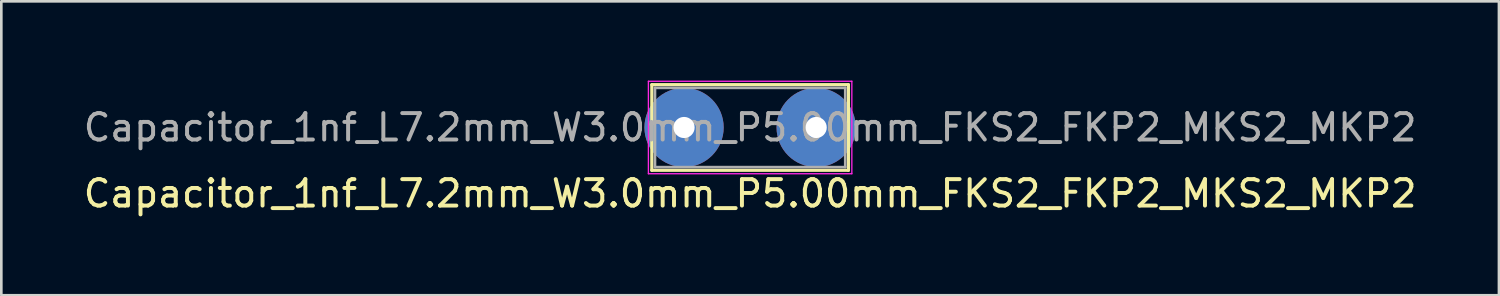
<source format=kicad_pcb>
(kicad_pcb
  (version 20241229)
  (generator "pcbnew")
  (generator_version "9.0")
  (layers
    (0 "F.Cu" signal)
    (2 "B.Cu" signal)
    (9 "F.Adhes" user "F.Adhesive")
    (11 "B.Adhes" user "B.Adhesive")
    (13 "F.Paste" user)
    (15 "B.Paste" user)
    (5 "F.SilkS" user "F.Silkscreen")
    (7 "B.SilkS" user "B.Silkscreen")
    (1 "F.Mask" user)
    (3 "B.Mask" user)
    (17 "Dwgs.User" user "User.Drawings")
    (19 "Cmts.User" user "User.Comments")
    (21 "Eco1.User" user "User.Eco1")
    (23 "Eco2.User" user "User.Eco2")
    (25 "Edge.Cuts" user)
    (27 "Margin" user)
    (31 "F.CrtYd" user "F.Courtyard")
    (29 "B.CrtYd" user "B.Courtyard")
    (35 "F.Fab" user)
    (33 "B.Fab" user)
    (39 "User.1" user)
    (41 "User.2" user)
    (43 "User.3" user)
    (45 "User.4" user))
  (footprint "Capacitor_1nf_L7.2mm_W3.0mm_P5.00mm_FKS2_FKP2_MKS2_MKP2"
    (layer "F.Cu")
    (at 25.339 1.775)
    (property "Reference" "Capacitor_1nf_L7.2mm_W3.0mm_P5.00mm_FKS2_FKP2_MKS2_MKP2" (at 0 2.5 0) (layer "F.SilkS") (effects (font (size 1 1) (thickness 0.15))))
    (attr through_hole)
    (fp_line (start -3.72 -1.62) (end -3.72 1.62) (stroke (width 0.12) (type solid)) (layer "F.SilkS"))
    (fp_line (start -3.72 -1.62) (end 3.72 -1.62) (stroke (width 0.12) (type solid)) (layer "F.SilkS"))
    (fp_line (start -3.72 1.62) (end 3.72 1.62) (stroke (width 0.12) (type solid)) (layer "F.SilkS"))
    (fp_line (start 3.72 -1.62) (end 3.72 1.62) (stroke (width 0.12) (type solid)) (layer "F.SilkS"))
    (fp_line (start -3.85 -1.75) (end -3.85 1.75) (stroke (width 0.05) (type solid)) (layer "F.CrtYd"))
    (fp_line (start -3.85 1.75) (end 3.85 1.75) (stroke (width 0.05) (type solid)) (layer "F.CrtYd"))
    (fp_line (start 3.85 -1.75) (end -3.85 -1.75) (stroke (width 0.05) (type solid)) (layer "F.CrtYd"))
    (fp_line (start 3.85 1.75) (end 3.85 -1.75) (stroke (width 0.05) (type solid)) (layer "F.CrtYd"))
    (fp_line (start -3.6 -1.5) (end -3.6 1.5) (stroke (width 0.1) (type solid)) (layer "F.Fab"))
    (fp_line (start -3.6 1.5) (end 3.6 1.5) (stroke (width 0.1) (type solid)) (layer "F.Fab"))
    (fp_line (start 3.6 -1.5) (end -3.6 -1.5) (stroke (width 0.1) (type solid)) (layer "F.Fab"))
    (fp_line (start 3.6 1.5) (end 3.6 -1.5) (stroke (width 0.1) (type solid)) (layer "F.Fab"))
    (fp_text user "${REFERENCE}" (at 0 0 0) (layer "F.Fab") (effects (font (size 1 1) (thickness 0.15))))
    (pad "1" thru_hole circle (at -2.5 0) (size 3 3) (drill 0.8) (layers "*.Cu" "*.Mask"))
    (pad "2" thru_hole circle (at 2.5 0) (size 3 3) (drill 0.8) (layers "*.Cu" "*.Mask")))
  (gr_rect
    (start -3 -3)
    (end 53.679 8.123)
    (stroke (width 0.1) (type default))
    (fill no)
    (layer "Edge.Cuts")))
</source>
